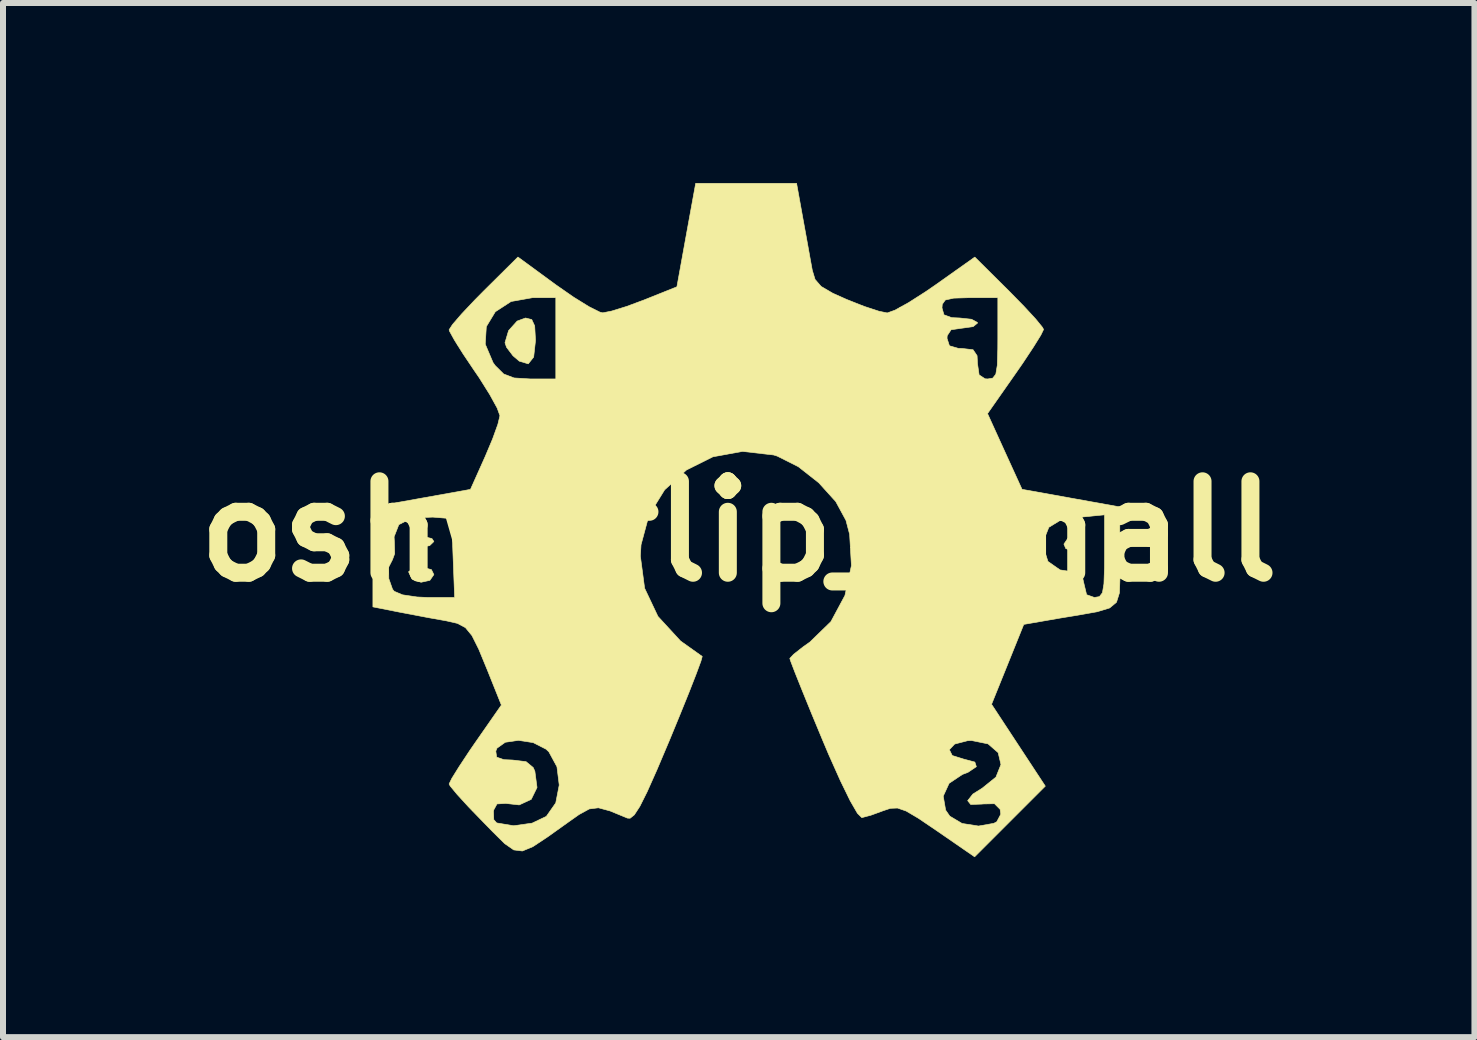
<source format=kicad_pcb>
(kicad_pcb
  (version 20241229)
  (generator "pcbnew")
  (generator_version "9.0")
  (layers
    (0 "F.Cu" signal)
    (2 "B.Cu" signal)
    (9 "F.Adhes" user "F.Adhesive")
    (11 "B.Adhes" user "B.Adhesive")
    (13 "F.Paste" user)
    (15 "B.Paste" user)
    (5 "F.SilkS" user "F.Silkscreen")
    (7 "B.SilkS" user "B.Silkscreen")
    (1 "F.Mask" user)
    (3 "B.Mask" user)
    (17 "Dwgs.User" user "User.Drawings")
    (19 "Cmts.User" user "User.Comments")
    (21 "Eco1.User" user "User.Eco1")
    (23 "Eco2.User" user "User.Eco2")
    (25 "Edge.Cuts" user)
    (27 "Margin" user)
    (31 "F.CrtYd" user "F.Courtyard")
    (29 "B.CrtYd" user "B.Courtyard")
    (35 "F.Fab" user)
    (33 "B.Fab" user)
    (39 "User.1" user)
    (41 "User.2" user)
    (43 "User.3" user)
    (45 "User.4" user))
  (footprint "oshw_flip_small"
    (layer "F.Cu")
    (at 9.26 5.805)
    (property "Reference" "oshw_flip_small" (at 0 0 0) (layer "F.SilkS") (effects (font (size 1.524 1.524) (thickness 0.3))))
    (attr through_hole)
    (fp_poly (pts (xy -5.112 0.12) (xy -5.08 0.169) (xy -5.151 0.238) (xy -5.249 0.254) (xy -5.387 0.219) (xy -5.419 0.169) (xy -5.348 0.101) (xy -5.249 0.085) (xy -5.112 0.12)) (stroke (width 0.01) (type solid)) (fill yes) (layer "F.SilkS"))
    (fp_poly (pts (xy 5.726 0.138) (xy 5.757 0.212) (xy 5.687 0.315) (xy 5.588 0.339) (xy 5.45 0.286) (xy 5.419 0.212) (xy 5.489 0.108) (xy 5.588 0.085) (xy 5.726 0.138)) (stroke (width 0.01) (type solid)) (fill yes) (layer "F.SilkS"))
    (fp_poly (pts (xy -5.121 0.637) (xy -5.08 0.72) (xy -5.147 0.816) (xy -5.294 0.848) (xy -5.436 0.8) (xy -5.447 0.79) (xy -5.502 0.673) (xy -5.404 0.604) (xy -5.292 0.593) (xy -5.121 0.637)) (stroke (width 0.01) (type solid)) (fill yes) (layer "F.SilkS"))
    (fp_poly (pts (xy -3.449 -3.53) (xy -3.4 -3.424) (xy -3.387 -3.195) (xy -3.387 -3.175) (xy -3.417 -2.905) (xy -3.507 -2.792) (xy -3.657 -2.837) (xy -3.762 -2.927) (xy -3.869 -3.068) (xy -3.895 -3.144) (xy -3.835 -3.346) (xy -3.692 -3.505) (xy -3.553 -3.556) (xy -3.449 -3.53)) (stroke (width 0.01) (type solid)) (fill yes) (layer "F.SilkS"))
    (fp_poly (pts (xy 1.071 -5.207) (xy 1.133 -4.866) (xy 1.189 -4.554) (xy 1.226 -4.351) (xy 1.272 -4.199) (xy 1.373 -4.082) (xy 1.566 -3.969) (xy 1.801 -3.864) (xy 2.092 -3.749) (xy 2.336 -3.669) (xy 2.475 -3.64) (xy 2.605 -3.687) (xy 2.673 -3.725) (xy 3.387 -3.725) (xy 3.42 -3.609) (xy 3.549 -3.562) (xy 3.683 -3.556) (xy 3.879 -3.535) (xy 3.977 -3.482) (xy 3.979 -3.471) (xy 3.906 -3.412) (xy 3.728 -3.387) (xy 3.725 -3.387) (xy 3.539 -3.36) (xy 3.474 -3.261) (xy 3.471 -3.217) (xy 3.511 -3.093) (xy 3.66 -3.05) (xy 3.725 -3.048) (xy 3.905 -3.027) (xy 3.972 -2.928) (xy 3.979 -2.794) (xy 4.006 -2.608) (xy 4.105 -2.543) (xy 4.149 -2.54) (xy 4.233 -2.554) (xy 4.284 -2.619) (xy 4.309 -2.769) (xy 4.317 -3.039) (xy 4.318 -3.217) (xy 4.318 -3.895) (xy 3.852 -3.895) (xy 3.583 -3.887) (xy 3.443 -3.856) (xy 3.392 -3.785) (xy 3.387 -3.725) (xy 2.673 -3.725) (xy 2.832 -3.813) (xy 3.118 -3.996) (xy 3.278 -4.106) (xy 3.934 -4.571) (xy 4.507 -4.002) (xy 4.754 -3.75) (xy 4.948 -3.54) (xy 5.061 -3.401) (xy 5.08 -3.365) (xy 5.034 -3.27) (xy 4.911 -3.072) (xy 4.733 -2.803) (xy 4.613 -2.63) (xy 4.146 -1.963) (xy 4.433 -1.332) (xy 4.721 -0.701) (xy 6.35 -0.408) (xy 6.35 0.422) (xy 6.353 0.782) (xy 6.344 1.025) (xy 6.295 1.181) (xy 6.181 1.276) (xy 5.974 1.339) (xy 5.647 1.397) (xy 5.36 1.444) (xy 4.75 1.55) (xy 4.482 2.215) (xy 4.213 2.881) (xy 5.109 4.245) (xy 3.931 5.423) (xy 3.299 4.987) (xy 2.995 4.781) (xy 2.79 4.66) (xy 2.646 4.61) (xy 2.527 4.615) (xy 2.413 4.653) (xy 2.202 4.73) (xy 2.051 4.77) (xy 1.979 4.699) (xy 1.857 4.488) (xy 1.82 4.412) (xy 3.408 4.412) (xy 3.448 4.645) (xy 3.517 4.745) (xy 3.722 4.867) (xy 3.996 4.91) (xy 4.25 4.865) (xy 4.3 4.839) (xy 4.367 4.713) (xy 4.356 4.632) (xy 4.262 4.538) (xy 4.067 4.542) (xy 4.056 4.544) (xy 3.866 4.551) (xy 3.815 4.487) (xy 3.902 4.377) (xy 4.058 4.279) (xy 4.286 4.095) (xy 4.37 3.885) (xy 4.323 3.687) (xy 4.155 3.541) (xy 3.88 3.485) (xy 3.814 3.488) (xy 3.598 3.544) (xy 3.51 3.638) (xy 3.558 3.735) (xy 3.747 3.794) (xy 3.935 3.844) (xy 3.96 3.921) (xy 3.822 4.014) (xy 3.728 4.05) (xy 3.506 4.198) (xy 3.408 4.412) (xy 1.82 4.412) (xy 1.694 4.154) (xy 1.498 3.715) (xy 1.395 3.471) (xy 1.214 3.035) (xy 1.059 2.654) (xy 0.94 2.357) (xy 0.868 2.169) (xy 0.851 2.117) (xy 0.915 2.048) (xy 1.077 1.921) (xy 1.185 1.845) (xy 1.536 1.504) (xy 1.77 1.068) (xy 1.878 0.57) (xy 1.861 0.272) (xy 5.081 0.272) (xy 5.153 0.501) (xy 5.355 0.642) (xy 5.582 0.677) (xy 5.719 0.724) (xy 5.757 0.889) (xy 5.797 1.055) (xy 5.927 1.101) (xy 6.011 1.087) (xy 6.061 1.022) (xy 6.086 0.874) (xy 6.095 0.607) (xy 6.096 0.413) (xy 6.096 -0.276) (xy 5.664 -0.234) (xy 5.348 -0.178) (xy 5.168 -0.068) (xy 5.091 0.125) (xy 5.081 0.272) (xy 1.861 0.272) (xy 1.848 0.049) (xy 1.787 -0.184) (xy 1.617 -0.497) (xy 1.334 -0.81) (xy 0.993 -1.078) (xy 0.643 -1.254) (xy 0.583 -1.273) (xy 0.063 -1.333) (xy -0.43 -1.243) (xy -0.871 -1.023) (xy -1.234 -0.693) (xy -1.495 -0.271) (xy -1.628 0.223) (xy -1.639 0.412) (xy -1.568 0.948) (xy -1.346 1.417) (xy -0.969 1.827) (xy -0.608 2.084) (xy -0.63 2.163) (xy -0.708 2.374) (xy -0.831 2.689) (xy -0.991 3.084) (xy -1.149 3.468) (xy -1.363 3.973) (xy -1.526 4.339) (xy -1.648 4.583) (xy -1.74 4.724) (xy -1.81 4.78) (xy -1.854 4.778) (xy -2.145 4.658) (xy -2.338 4.606) (xy -2.49 4.625) (xy -2.66 4.718) (xy -2.84 4.845) (xy -3.189 5.094) (xy -3.431 5.254) (xy -3.605 5.326) (xy -3.749 5.308) (xy -3.9 5.203) (xy -4.097 5.008) (xy -4.258 4.843) (xy -4.445 4.65) (xy -4.087 4.65) (xy -4.082 4.803) (xy -4.034 4.858) (xy -3.753 4.905) (xy -3.443 4.862) (xy -3.206 4.749) (xy -3.049 4.525) (xy -2.991 4.227) (xy -3.029 3.922) (xy -3.164 3.673) (xy -3.211 3.629) (xy -3.425 3.52) (xy -3.67 3.482) (xy -3.89 3.514) (xy -4.029 3.613) (xy -4.048 3.662) (xy -4.034 3.762) (xy -3.913 3.804) (xy -3.771 3.81) (xy -3.544 3.837) (xy -3.425 3.935) (xy -3.397 3.997) (xy -3.361 4.268) (xy -3.458 4.466) (xy -3.658 4.558) (xy -3.884 4.533) (xy -4.028 4.542) (xy -4.087 4.65) (xy -4.445 4.65) (xy -4.503 4.59) (xy -4.695 4.38) (xy -4.808 4.243) (xy -4.826 4.209) (xy -4.781 4.116) (xy -4.659 3.92) (xy -4.484 3.655) (xy -4.391 3.52) (xy -3.955 2.894) (xy -4.187 2.315) (xy -4.332 1.963) (xy -4.445 1.737) (xy -4.554 1.604) (xy -4.687 1.533) (xy -4.871 1.491) (xy -4.893 1.487) (xy -5.168 1.438) (xy -5.504 1.374) (xy -5.652 1.346) (xy -6.096 1.258) (xy -6.096 0.597) (xy -5.834 0.597) (xy -5.831 0.788) (xy -5.769 0.964) (xy -5.74 0.999) (xy -5.603 1.057) (xy -5.36 1.093) (xy -5.187 1.101) (xy -4.734 1.101) (xy -4.759 0.445) (xy -4.784 -0.212) (xy -5.098 -0.238) (xy -5.447 -0.223) (xy -5.664 -0.112) (xy -5.743 0.09) (xy -5.738 0.181) (xy -5.733 0.372) (xy -5.771 0.474) (xy -5.834 0.597) (xy -6.096 0.597) (xy -6.096 -0.408) (xy -5.283 -0.554) (xy -4.47 -0.7) (xy -4.225 -1.247) (xy -4.102 -1.539) (xy -4.014 -1.783) (xy -3.979 -1.927) (xy -3.979 -1.928) (xy -4.025 -2.055) (xy -4.148 -2.279) (xy -4.324 -2.56) (xy -4.403 -2.675) (xy -4.593 -2.958) (xy -4.695 -3.12) (xy -4.224 -3.12) (xy -4.094 -2.813) (xy -4.058 -2.763) (xy -3.917 -2.623) (xy -3.744 -2.557) (xy -3.471 -2.54) (xy -3.465 -2.54) (xy -3.048 -2.54) (xy -3.048 -3.895) (xy -3.433 -3.895) (xy -3.793 -3.831) (xy -4.056 -3.66) (xy -4.206 -3.412) (xy -4.224 -3.12) (xy -4.695 -3.12) (xy -4.738 -3.189) (xy -4.818 -3.334) (xy -4.826 -3.36) (xy -4.769 -3.448) (xy -4.618 -3.623) (xy -4.397 -3.857) (xy -4.253 -4.003) (xy -3.679 -4.572) (xy -3.046 -4.108) (xy -2.751 -3.903) (xy -2.494 -3.744) (xy -2.314 -3.654) (xy -2.266 -3.642) (xy -2.115 -3.672) (xy -1.864 -3.75) (xy -1.574 -3.858) (xy -1.03 -4.076) (xy -0.874 -4.938) (xy -0.717 -5.8) (xy 0.964 -5.8) (xy 1.071 -5.207)) (stroke (width 0.01) (type solid)) (fill yes) (layer "F.SilkS")))
  (gr_rect
    (start -3 -3)
    (end 21.52 14.233)
    (stroke (width 0.1) (type default))
    (fill no)
    (layer "Edge.Cuts")))
</source>
